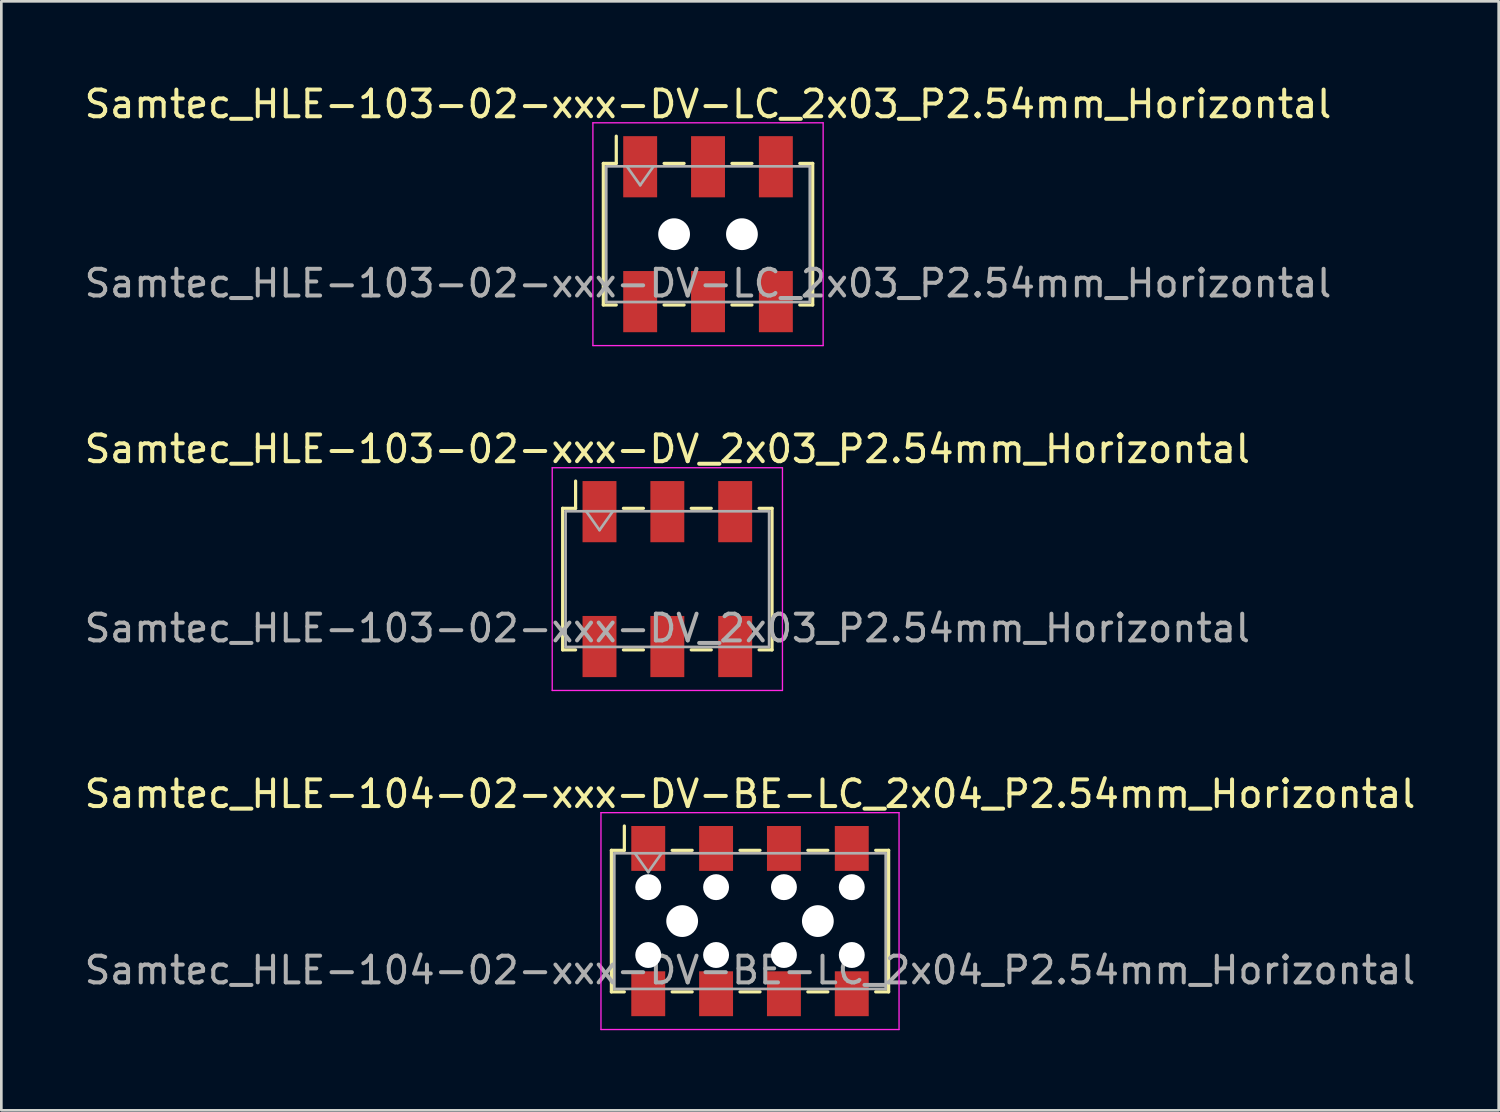
<source format=kicad_pcb>
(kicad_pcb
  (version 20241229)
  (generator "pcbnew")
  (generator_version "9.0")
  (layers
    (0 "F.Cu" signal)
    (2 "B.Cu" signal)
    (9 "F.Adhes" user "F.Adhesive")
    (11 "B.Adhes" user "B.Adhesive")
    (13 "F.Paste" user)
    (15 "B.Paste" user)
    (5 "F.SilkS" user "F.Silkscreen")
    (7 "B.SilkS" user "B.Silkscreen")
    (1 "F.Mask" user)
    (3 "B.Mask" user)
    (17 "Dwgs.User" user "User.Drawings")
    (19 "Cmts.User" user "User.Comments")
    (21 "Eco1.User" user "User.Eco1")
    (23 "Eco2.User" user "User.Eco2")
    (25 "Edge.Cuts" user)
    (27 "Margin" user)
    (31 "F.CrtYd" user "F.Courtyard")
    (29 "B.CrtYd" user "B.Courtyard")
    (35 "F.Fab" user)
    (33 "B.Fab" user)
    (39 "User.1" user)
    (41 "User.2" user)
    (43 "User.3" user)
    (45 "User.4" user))
  (footprint "Samtec_HLE-104-02-xxx-DV-BE-LC_2x04_P2.54mm_Horizontal"
    (layer "F.Cu")
    (at 25.03 31.435)
    (property "Reference" "Samtec_HLE-104-02-xxx-DV-BE-LC_2x04_P2.54mm_Horizontal" (at 0 -4.76 0) (layer "F.SilkS") (effects (font (size 1 1) (thickness 0.15))))
    (attr smd)
    (fp_line (start -5.19 -2.65) (end -5.19 2.65) (stroke (width 0.12) (type solid)) (layer "F.SilkS"))
    (fp_line (start -5.19 2.65) (end -4.705 2.65) (stroke (width 0.12) (type solid)) (layer "F.SilkS"))
    (fp_line (start -4.705 -3.56) (end -4.705 -2.65) (stroke (width 0.12) (type solid)) (layer "F.SilkS"))
    (fp_line (start -4.705 -2.65) (end -5.19 -2.65) (stroke (width 0.12) (type solid)) (layer "F.SilkS"))
    (fp_line (start -2.915 -2.65) (end -2.165 -2.65) (stroke (width 0.12) (type solid)) (layer "F.SilkS"))
    (fp_line (start -2.915 2.65) (end -2.165 2.65) (stroke (width 0.12) (type solid)) (layer "F.SilkS"))
    (fp_line (start -0.375 -2.65) (end 0.375 -2.65) (stroke (width 0.12) (type solid)) (layer "F.SilkS"))
    (fp_line (start -0.375 2.65) (end 0.375 2.65) (stroke (width 0.12) (type solid)) (layer "F.SilkS"))
    (fp_line (start 2.165 -2.65) (end 2.915 -2.65) (stroke (width 0.12) (type solid)) (layer "F.SilkS"))
    (fp_line (start 2.165 2.65) (end 2.915 2.65) (stroke (width 0.12) (type solid)) (layer "F.SilkS"))
    (fp_line (start 4.705 -2.65) (end 5.19 -2.65) (stroke (width 0.12) (type solid)) (layer "F.SilkS"))
    (fp_line (start 5.19 -2.65) (end 5.19 2.65) (stroke (width 0.12) (type solid)) (layer "F.SilkS"))
    (fp_line (start 5.19 2.65) (end 4.705 2.65) (stroke (width 0.12) (type solid)) (layer "F.SilkS"))
    (fp_line (start -5.58 -4.06) (end 5.58 -4.06) (stroke (width 0.05) (type solid)) (layer "F.CrtYd"))
    (fp_line (start -5.58 4.06) (end -5.58 -4.06) (stroke (width 0.05) (type solid)) (layer "F.CrtYd"))
    (fp_line (start 5.58 -4.06) (end 5.58 4.06) (stroke (width 0.05) (type solid)) (layer "F.CrtYd"))
    (fp_line (start 5.58 4.06) (end -5.58 4.06) (stroke (width 0.05) (type solid)) (layer "F.CrtYd"))
    (fp_line (start -5.08 -2.54) (end 5.08 -2.54) (stroke (width 0.1) (type solid)) (layer "F.Fab"))
    (fp_line (start -5.08 2.54) (end -5.08 -2.54) (stroke (width 0.1) (type solid)) (layer "F.Fab"))
    (fp_line (start -4.31 -2.54) (end -3.81 -1.833) (stroke (width 0.1) (type solid)) (layer "F.Fab"))
    (fp_line (start -3.81 -1.833) (end -3.31 -2.54) (stroke (width 0.1) (type solid)) (layer "F.Fab"))
    (fp_line (start 5.08 -2.54) (end 5.08 2.54) (stroke (width 0.1) (type solid)) (layer "F.Fab"))
    (fp_line (start 5.08 2.54) (end -5.08 2.54) (stroke (width 0.1) (type solid)) (layer "F.Fab"))
    (fp_text user "${REFERENCE}" (at 0 1.84 0) (layer "F.Fab") (effects (font (size 1 1) (thickness 0.15))))
    (pad "" np_thru_hole circle (at -3.81 -1.27) (size 0.97 0.97) (drill 0.97) (layers "*.Cu" "*.Mask"))
    (pad "" np_thru_hole circle (at -3.81 1.27) (size 0.97 0.97) (drill 0.97) (layers "*.Cu" "*.Mask"))
    (pad "" np_thru_hole circle (at -2.54 0) (size 1.19 1.19) (drill 1.19) (layers "*.Cu" "*.Mask"))
    (pad "" np_thru_hole circle (at -1.27 -1.27) (size 0.97 0.97) (drill 0.97) (layers "*.Cu" "*.Mask"))
    (pad "" np_thru_hole circle (at -1.27 1.27) (size 0.97 0.97) (drill 0.97) (layers "*.Cu" "*.Mask"))
    (pad "" np_thru_hole circle (at 1.27 -1.27) (size 0.97 0.97) (drill 0.97) (layers "*.Cu" "*.Mask"))
    (pad "" np_thru_hole circle (at 1.27 1.27) (size 0.97 0.97) (drill 0.97) (layers "*.Cu" "*.Mask"))
    (pad "" np_thru_hole circle (at 2.54 0) (size 1.19 1.19) (drill 1.19) (layers "*.Cu" "*.Mask"))
    (pad "" np_thru_hole circle (at 3.81 -1.27) (size 0.97 0.97) (drill 0.97) (layers "*.Cu" "*.Mask"))
    (pad "" np_thru_hole circle (at 3.81 1.27) (size 0.97 0.97) (drill 0.97) (layers "*.Cu" "*.Mask"))
    (pad "1" smd rect (at -3.81 -2.72) (size 1.27 1.68) (layers "F.Cu" "F.Mask" "F.Paste"))
    (pad "2" smd rect (at -3.81 2.72) (size 1.27 1.68) (layers "F.Cu" "F.Mask" "F.Paste"))
    (pad "3" smd rect (at -1.27 -2.72) (size 1.27 1.68) (layers "F.Cu" "F.Mask" "F.Paste"))
    (pad "4" smd rect (at -1.27 2.72) (size 1.27 1.68) (layers "F.Cu" "F.Mask" "F.Paste"))
    (pad "5" smd rect (at 1.27 -2.72) (size 1.27 1.68) (layers "F.Cu" "F.Mask" "F.Paste"))
    (pad "6" smd rect (at 1.27 2.72) (size 1.27 1.68) (layers "F.Cu" "F.Mask" "F.Paste"))
    (pad "7" smd rect (at 3.81 -2.72) (size 1.27 1.68) (layers "F.Cu" "F.Mask" "F.Paste"))
    (pad "8" smd rect (at 3.81 2.72) (size 1.27 1.68) (layers "F.Cu" "F.Mask" "F.Paste")))
  (footprint "Samtec_HLE-103-02-xxx-DV-LC_2x03_P2.54mm_Horizontal"
    (layer "F.Cu")
    (at 23.458 5.718)
    (property "Reference" "Samtec_HLE-103-02-xxx-DV-LC_2x03_P2.54mm_Horizontal" (at 0 -4.87 0) (layer "F.SilkS") (effects (font (size 1 1) (thickness 0.15))))
    (attr smd)
    (fp_line (start -3.92 -2.65) (end -3.92 2.65) (stroke (width 0.12) (type solid)) (layer "F.SilkS"))
    (fp_line (start -3.92 2.65) (end -3.435 2.65) (stroke (width 0.12) (type solid)) (layer "F.SilkS"))
    (fp_line (start -3.435 -3.67) (end -3.435 -2.65) (stroke (width 0.12) (type solid)) (layer "F.SilkS"))
    (fp_line (start -3.435 -2.65) (end -3.92 -2.65) (stroke (width 0.12) (type solid)) (layer "F.SilkS"))
    (fp_line (start -1.645 -2.65) (end -0.895 -2.65) (stroke (width 0.12) (type solid)) (layer "F.SilkS"))
    (fp_line (start -1.645 2.65) (end -0.895 2.65) (stroke (width 0.12) (type solid)) (layer "F.SilkS"))
    (fp_line (start 0.895 -2.65) (end 1.645 -2.65) (stroke (width 0.12) (type solid)) (layer "F.SilkS"))
    (fp_line (start 0.895 2.65) (end 1.645 2.65) (stroke (width 0.12) (type solid)) (layer "F.SilkS"))
    (fp_line (start 3.435 -2.65) (end 3.92 -2.65) (stroke (width 0.12) (type solid)) (layer "F.SilkS"))
    (fp_line (start 3.92 -2.65) (end 3.92 2.65) (stroke (width 0.12) (type solid)) (layer "F.SilkS"))
    (fp_line (start 3.92 2.65) (end 3.435 2.65) (stroke (width 0.12) (type solid)) (layer "F.SilkS"))
    (fp_line (start -4.31 -4.17) (end 4.31 -4.17) (stroke (width 0.05) (type solid)) (layer "F.CrtYd"))
    (fp_line (start -4.31 4.17) (end -4.31 -4.17) (stroke (width 0.05) (type solid)) (layer "F.CrtYd"))
    (fp_line (start 4.31 -4.17) (end 4.31 4.17) (stroke (width 0.05) (type solid)) (layer "F.CrtYd"))
    (fp_line (start 4.31 4.17) (end -4.31 4.17) (stroke (width 0.05) (type solid)) (layer "F.CrtYd"))
    (fp_line (start -3.81 -2.54) (end 3.81 -2.54) (stroke (width 0.1) (type solid)) (layer "F.Fab"))
    (fp_line (start -3.81 2.54) (end -3.81 -2.54) (stroke (width 0.1) (type solid)) (layer "F.Fab"))
    (fp_line (start -3.04 -2.54) (end -2.54 -1.833) (stroke (width 0.1) (type solid)) (layer "F.Fab"))
    (fp_line (start -2.54 -1.833) (end -2.04 -2.54) (stroke (width 0.1) (type solid)) (layer "F.Fab"))
    (fp_line (start 3.81 -2.54) (end 3.81 2.54) (stroke (width 0.1) (type solid)) (layer "F.Fab"))
    (fp_line (start 3.81 2.54) (end -3.81 2.54) (stroke (width 0.1) (type solid)) (layer "F.Fab"))
    (fp_text user "${REFERENCE}" (at 0 1.84 0) (layer "F.Fab") (effects (font (size 1 1) (thickness 0.15))))
    (pad "" np_thru_hole circle (at -1.27 0) (size 1.19 1.19) (drill 1.19) (layers "*.Cu" "*.Mask"))
    (pad "" np_thru_hole circle (at 1.27 0) (size 1.19 1.19) (drill 1.19) (layers "*.Cu" "*.Mask"))
    (pad "1" smd rect (at -2.54 -2.525) (size 1.27 2.29) (layers "F.Cu" "F.Mask" "F.Paste"))
    (pad "2" smd rect (at -2.54 2.525) (size 1.27 2.29) (layers "F.Cu" "F.Mask" "F.Paste"))
    (pad "3" smd rect (at 0 -2.525) (size 1.27 2.29) (layers "F.Cu" "F.Mask" "F.Paste"))
    (pad "4" smd rect (at 0 2.525) (size 1.27 2.29) (layers "F.Cu" "F.Mask" "F.Paste"))
    (pad "5" smd rect (at 2.54 -2.525) (size 1.27 2.29) (layers "F.Cu" "F.Mask" "F.Paste"))
    (pad "6" smd rect (at 2.54 2.525) (size 1.27 2.29) (layers "F.Cu" "F.Mask" "F.Paste")))
  (footprint "Samtec_HLE-103-02-xxx-DV_2x03_P2.54mm_Horizontal"
    (layer "F.Cu")
    (at 21.935 18.631)
    (property "Reference" "Samtec_HLE-103-02-xxx-DV_2x03_P2.54mm_Horizontal" (at 0 -4.87 0) (layer "F.SilkS") (effects (font (size 1 1) (thickness 0.15))))
    (attr smd)
    (fp_line (start -3.92 -2.65) (end -3.92 2.65) (stroke (width 0.12) (type solid)) (layer "F.SilkS"))
    (fp_line (start -3.92 2.65) (end -3.435 2.65) (stroke (width 0.12) (type solid)) (layer "F.SilkS"))
    (fp_line (start -3.435 -3.67) (end -3.435 -2.65) (stroke (width 0.12) (type solid)) (layer "F.SilkS"))
    (fp_line (start -3.435 -2.65) (end -3.92 -2.65) (stroke (width 0.12) (type solid)) (layer "F.SilkS"))
    (fp_line (start -1.645 -2.65) (end -0.895 -2.65) (stroke (width 0.12) (type solid)) (layer "F.SilkS"))
    (fp_line (start -1.645 2.65) (end -0.895 2.65) (stroke (width 0.12) (type solid)) (layer "F.SilkS"))
    (fp_line (start 0.895 -2.65) (end 1.645 -2.65) (stroke (width 0.12) (type solid)) (layer "F.SilkS"))
    (fp_line (start 0.895 2.65) (end 1.645 2.65) (stroke (width 0.12) (type solid)) (layer "F.SilkS"))
    (fp_line (start 3.435 -2.65) (end 3.92 -2.65) (stroke (width 0.12) (type solid)) (layer "F.SilkS"))
    (fp_line (start 3.92 -2.65) (end 3.92 2.65) (stroke (width 0.12) (type solid)) (layer "F.SilkS"))
    (fp_line (start 3.92 2.65) (end 3.435 2.65) (stroke (width 0.12) (type solid)) (layer "F.SilkS"))
    (fp_line (start -4.31 -4.17) (end 4.31 -4.17) (stroke (width 0.05) (type solid)) (layer "F.CrtYd"))
    (fp_line (start -4.31 4.17) (end -4.31 -4.17) (stroke (width 0.05) (type solid)) (layer "F.CrtYd"))
    (fp_line (start 4.31 -4.17) (end 4.31 4.17) (stroke (width 0.05) (type solid)) (layer "F.CrtYd"))
    (fp_line (start 4.31 4.17) (end -4.31 4.17) (stroke (width 0.05) (type solid)) (layer "F.CrtYd"))
    (fp_line (start -3.81 -2.54) (end 3.81 -2.54) (stroke (width 0.1) (type solid)) (layer "F.Fab"))
    (fp_line (start -3.81 2.54) (end -3.81 -2.54) (stroke (width 0.1) (type solid)) (layer "F.Fab"))
    (fp_line (start -3.04 -2.54) (end -2.54 -1.833) (stroke (width 0.1) (type solid)) (layer "F.Fab"))
    (fp_line (start -2.54 -1.833) (end -2.04 -2.54) (stroke (width 0.1) (type solid)) (layer "F.Fab"))
    (fp_line (start 3.81 -2.54) (end 3.81 2.54) (stroke (width 0.1) (type solid)) (layer "F.Fab"))
    (fp_line (start 3.81 2.54) (end -3.81 2.54) (stroke (width 0.1) (type solid)) (layer "F.Fab"))
    (fp_text user "${REFERENCE}" (at 0 1.84 0) (layer "F.Fab") (effects (font (size 1 1) (thickness 0.15))))
    (pad "1" smd rect (at -2.54 -2.525) (size 1.27 2.29) (layers "F.Cu" "F.Mask" "F.Paste"))
    (pad "2" smd rect (at -2.54 2.525) (size 1.27 2.29) (layers "F.Cu" "F.Mask" "F.Paste"))
    (pad "3" smd rect (at 0 -2.525) (size 1.27 2.29) (layers "F.Cu" "F.Mask" "F.Paste"))
    (pad "4" smd rect (at 0 2.525) (size 1.27 2.29) (layers "F.Cu" "F.Mask" "F.Paste"))
    (pad "5" smd rect (at 2.54 -2.525) (size 1.27 2.29) (layers "F.Cu" "F.Mask" "F.Paste"))
    (pad "6" smd rect (at 2.54 2.525) (size 1.27 2.29) (layers "F.Cu" "F.Mask" "F.Paste")))
  (gr_rect
    (start -3 -3)
    (end 53.06 38.52)
    (stroke (width 0.1) (type default))
    (fill no)
    (layer "Edge.Cuts")))
</source>
